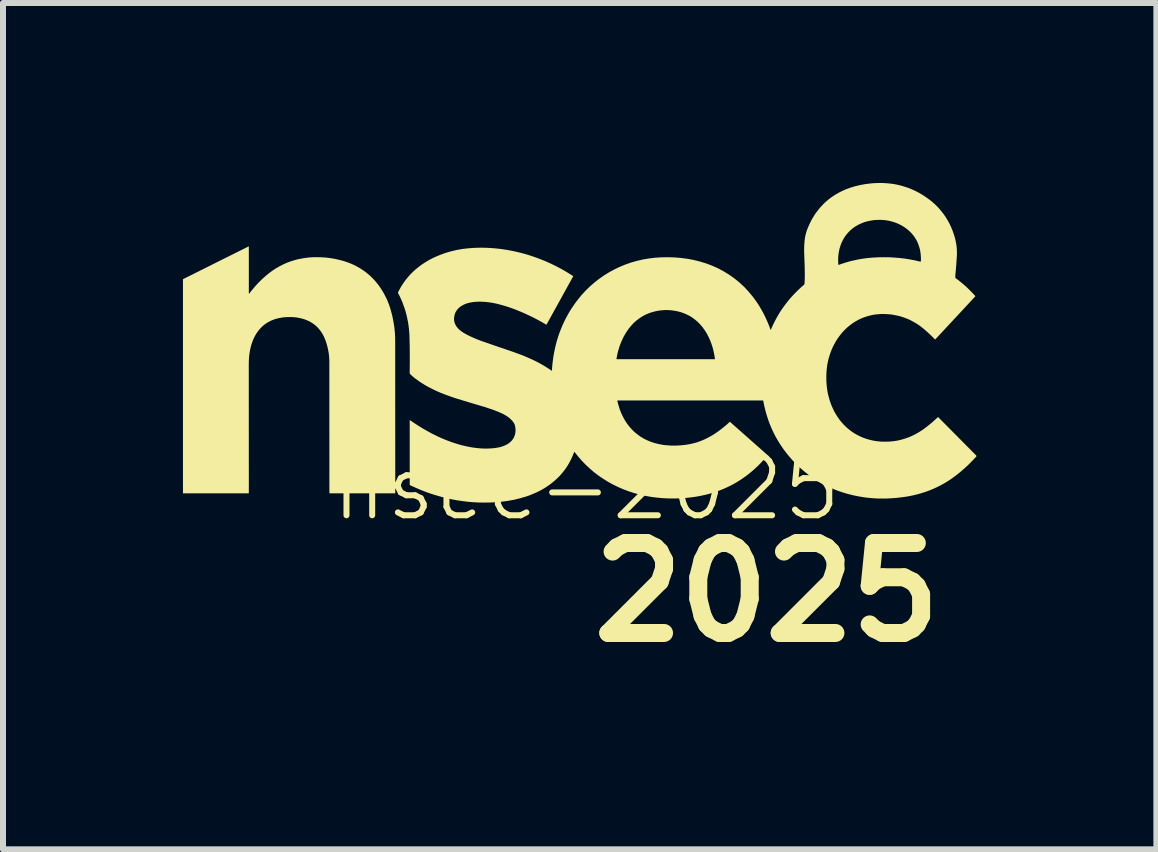
<source format=kicad_pcb>
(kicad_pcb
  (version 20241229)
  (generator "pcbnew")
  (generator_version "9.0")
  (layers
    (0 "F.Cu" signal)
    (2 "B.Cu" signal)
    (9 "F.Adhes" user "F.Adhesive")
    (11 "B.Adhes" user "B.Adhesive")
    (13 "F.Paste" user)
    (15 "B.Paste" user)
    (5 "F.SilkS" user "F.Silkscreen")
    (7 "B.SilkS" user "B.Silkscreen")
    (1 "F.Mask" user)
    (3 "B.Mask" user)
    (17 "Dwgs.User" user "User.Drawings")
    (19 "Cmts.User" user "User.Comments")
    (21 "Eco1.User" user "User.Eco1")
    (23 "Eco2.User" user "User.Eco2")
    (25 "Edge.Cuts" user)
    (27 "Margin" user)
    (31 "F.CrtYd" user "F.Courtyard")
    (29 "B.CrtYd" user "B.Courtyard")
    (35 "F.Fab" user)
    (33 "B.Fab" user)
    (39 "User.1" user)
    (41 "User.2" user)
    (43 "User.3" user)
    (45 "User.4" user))
  (footprint "nsec-2025"
    (layer "F.Cu")
    (at 6.726 5.582)
    (property "Reference" "nsec-2025" (at 0 -0.5 0) (unlocked yes) (layer "F.SilkS") (effects (font (size 1 1) (thickness 0.1))))
    (attr smd)
    (fp_poly (pts (xy -5.632 -4.524) (xy -5.632 -4.524) (xy -5.632 -4.524) (xy -5.633 -4.524) (xy -5.633 -4.524) (xy -5.633 -4.524) (xy -5.634 -4.524) (xy -5.634 -4.524) (xy -5.635 -4.523) (xy -5.635 -4.523) (xy -6.722 -3.98) (xy -6.722 -3.979) (xy -6.723 -3.979) (xy -6.723 -3.979) (xy -6.724 -3.979) (xy -6.724 -3.978) (xy -6.724 -3.978) (xy -6.725 -3.978) (xy -6.725 -3.977) (xy -6.725 -3.977) (xy -6.725 -3.976) (xy -6.725 -3.976) (xy -6.726 -3.975) (xy -6.726 -3.975) (xy -6.726 -3.975) (xy -6.726 -3.974) (xy -6.726 -3.974) (xy -6.726 -0.411) (xy -6.726 -0.411) (xy -6.726 -0.411) (xy -6.726 -0.411) (xy -6.726 -0.41) (xy -6.726 -0.41) (xy -6.726 -0.41) (xy -6.726 -0.41) (xy -6.726 -0.41) (xy -6.725 -0.41) (xy -6.725 -0.41) (xy -6.725 -0.409) (xy -6.725 -0.409) (xy -6.725 -0.409) (xy -6.725 -0.409) (xy -6.725 -0.409) (xy -6.725 -0.409) (xy -6.725 -0.409) (xy -6.725 -0.409) (xy -6.724 -0.408) (xy -6.724 -0.408) (xy -6.724 -0.408) (xy -6.724 -0.408) (xy -6.724 -0.408) (xy -6.724 -0.408) (xy -6.724 -0.408) (xy -6.723 -0.408) (xy -6.723 -0.408) (xy -6.723 -0.408) (xy -6.723 -0.408) (xy -6.723 -0.408) (xy -6.723 -0.408) (xy -6.722 -0.408) (xy -5.635 -0.408) (xy -5.635 -0.408) (xy -5.634 -0.408) (xy -5.634 -0.408) (xy -5.633 -0.408) (xy -5.633 -0.408) (xy -5.633 -0.408) (xy -5.632 -0.408) (xy -5.632 -0.408) (xy -5.632 -0.408) (xy -5.631 -0.408) (xy -5.631 -0.409) (xy -5.631 -0.409) (xy -5.631 -0.409) (xy -5.63 -0.409) (xy -5.63 -0.409) (xy -5.63 -0.41) (xy -5.63 -0.41) (xy -5.629 -0.41) (xy -5.629 -0.41) (xy -5.629 -0.41) (xy -5.629 -0.411) (xy -5.629 -0.411) (xy -5.629 -0.411) (xy -5.628 -0.412) (xy -5.628 -0.412) (xy -5.628 -0.412) (xy -5.628 -0.413) (xy -5.628 -0.413) (xy -5.628 -0.413) (xy -5.628 -0.414) (xy -5.628 -0.414) (xy -5.628 -0.415) (xy -5.629 -2.568) (xy -5.627 -2.635) (xy -5.622 -2.702) (xy -5.613 -2.768) (xy -5.6 -2.832) (xy -5.592 -2.863) (xy -5.583 -2.894) (xy -5.573 -2.924) (xy -5.562 -2.953) (xy -5.55 -2.982) (xy -5.537 -3.01) (xy -5.522 -3.038) (xy -5.507 -3.064) (xy -5.49 -3.09) (xy -5.472 -3.115) (xy -5.453 -3.138) (xy -5.433 -3.161) (xy -5.411 -3.183) (xy -5.389 -3.203) (xy -5.364 -3.223) (xy -5.339 -3.241) (xy -5.312 -3.258) (xy -5.284 -3.273) (xy -5.255 -3.288) (xy -5.224 -3.3) (xy -5.192 -3.312) (xy -5.158 -3.321) (xy -5.123 -3.33) (xy -5.087 -3.336) (xy -5.055 -3.341) (xy -5.023 -3.344) (xy -4.992 -3.346) (xy -4.961 -3.347) (xy -4.931 -3.347) (xy -4.9 -3.346) (xy -4.871 -3.344) (xy -4.841 -3.341) (xy -4.793 -3.333) (xy -4.748 -3.323) (xy -4.704 -3.31) (xy -4.663 -3.295) (xy -4.643 -3.286) (xy -4.623 -3.277) (xy -4.605 -3.267) (xy -4.586 -3.256) (xy -4.569 -3.245) (xy -4.551 -3.233) (xy -4.535 -3.221) (xy -4.519 -3.208) (xy -4.503 -3.194) (xy -4.488 -3.18) (xy -4.473 -3.165) (xy -4.46 -3.149) (xy -4.446 -3.132) (xy -4.433 -3.115) (xy -4.421 -3.098) (xy -4.409 -3.08) (xy -4.387 -3.041) (xy -4.367 -3) (xy -4.35 -2.957) (xy -4.334 -2.91) (xy -4.323 -2.871) (xy -4.313 -2.832) (xy -4.305 -2.793) (xy -4.298 -2.756) (xy -4.293 -2.718) (xy -4.289 -2.681) (xy -4.287 -2.645) (xy -4.286 -2.609) (xy -4.285 -0.415) (xy -4.285 -0.415) (xy -4.285 -0.414) (xy -4.285 -0.414) (xy -4.285 -0.413) (xy -4.285 -0.413) (xy -4.285 -0.413) (xy -4.285 -0.412) (xy -4.285 -0.412) (xy -4.284 -0.412) (xy -4.284 -0.411) (xy -4.284 -0.411) (xy -4.284 -0.411) (xy -4.284 -0.41) (xy -4.284 -0.41) (xy -4.283 -0.41) (xy -4.283 -0.41) (xy -4.283 -0.409) (xy -4.283 -0.409) (xy -4.282 -0.409) (xy -4.282 -0.409) (xy -4.282 -0.409) (xy -4.282 -0.409) (xy -4.281 -0.408) (xy -4.281 -0.408) (xy -4.281 -0.408) (xy -4.28 -0.408) (xy -4.28 -0.408) (xy -4.279 -0.408) (xy -4.279 -0.408) (xy -4.279 -0.408) (xy -4.278 -0.408) (xy -4.278 -0.408) (xy -3.191 -0.408) (xy -3.191 -0.408) (xy -3.19 -0.408) (xy -3.19 -0.408) (xy -3.19 -0.408) (xy -3.19 -0.408) (xy -3.19 -0.408) (xy -3.19 -0.408) (xy -3.189 -0.408) (xy -3.189 -0.408) (xy -3.189 -0.408) (xy -3.189 -0.408) (xy -3.189 -0.408) (xy -3.189 -0.408) (xy -3.188 -0.408) (xy -3.188 -0.409) (xy -3.188 -0.409) (xy -3.188 -0.409) (xy -3.188 -0.409) (xy -3.188 -0.409) (xy -3.188 -0.409) (xy -3.188 -0.409) (xy -3.188 -0.409) (xy -3.188 -0.41) (xy -3.188 -0.41) (xy -3.188 -0.41) (xy -3.187 -0.41) (xy -3.187 -0.41) (xy -3.187 -0.411) (xy -3.187 -0.411) (xy -3.187 -0.411) (xy -3.187 -0.411) (xy -3.188 -2.948) (xy -3.189 -3.008) (xy -3.192 -3.068) (xy -3.197 -3.128) (xy -3.204 -3.188) (xy -3.214 -3.249) (xy -3.225 -3.31) (xy -3.238 -3.372) (xy -3.254 -3.434) (xy -3.263 -3.467) (xy -3.273 -3.5) (xy -3.284 -3.532) (xy -3.295 -3.564) (xy -3.307 -3.594) (xy -3.319 -3.624) (xy -3.332 -3.653) (xy -3.346 -3.681) (xy -3.382 -3.75) (xy -3.421 -3.814) (xy -3.463 -3.875) (xy -3.509 -3.933) (xy -3.557 -3.986) (xy -3.608 -4.036) (xy -3.662 -4.082) (xy -3.719 -4.124) (xy -3.779 -4.163) (xy -3.842 -4.198) (xy -3.908 -4.23) (xy -3.977 -4.257) (xy -4.049 -4.281) (xy -4.124 -4.301) (xy -4.201 -4.318) (xy -4.282 -4.331) (xy -4.351 -4.339) (xy -4.42 -4.343) (xy -4.488 -4.345) (xy -4.556 -4.344) (xy -4.623 -4.34) (xy -4.689 -4.332) (xy -4.754 -4.321) (xy -4.819 -4.308) (xy -4.883 -4.29) (xy -4.945 -4.27) (xy -5.007 -4.246) (xy -5.068 -4.218) (xy -5.127 -4.187) (xy -5.185 -4.153) (xy -5.242 -4.115) (xy -5.298 -4.073) (xy -5.341 -4.038) (xy -5.383 -4.001) (xy -5.424 -3.962) (xy -5.465 -3.922) (xy -5.504 -3.88) (xy -5.542 -3.836) (xy -5.58 -3.791) (xy -5.616 -3.744) (xy -5.618 -3.742) (xy -5.619 -3.741) (xy -5.62 -3.74) (xy -5.62 -3.739) (xy -5.621 -3.739) (xy -5.621 -3.738) (xy -5.622 -3.738) (xy -5.622 -3.738) (xy -5.623 -3.737) (xy -5.623 -3.737) (xy -5.624 -3.737) (xy -5.624 -3.737) (xy -5.625 -3.737) (xy -5.625 -3.737) (xy -5.625 -3.737) (xy -5.626 -3.738) (xy -5.626 -3.738) (xy -5.626 -3.738) (xy -5.626 -3.739) (xy -5.627 -3.739) (xy -5.627 -3.74) (xy -5.627 -3.74) (xy -5.627 -3.741) (xy -5.627 -3.742) (xy -5.627 -3.743) (xy -5.628 -3.743) (xy -5.628 -3.745) (xy -5.628 -3.748) (xy -5.628 -4.519) (xy -5.628 -4.519) (xy -5.628 -4.52) (xy -5.628 -4.52) (xy -5.628 -4.52) (xy -5.628 -4.521) (xy -5.628 -4.521) (xy -5.628 -4.522) (xy -5.628 -4.522) (xy -5.628 -4.522) (xy -5.629 -4.523) (xy -5.629 -4.523) (xy -5.629 -4.523) (xy -5.629 -4.523) (xy -5.629 -4.524) (xy -5.629 -4.524) (xy -5.63 -4.524) (xy -5.63 -4.524) (xy -5.63 -4.524) (xy -5.63 -4.524) (xy -5.631 -4.524) (xy -5.631 -4.524) (xy -5.631 -4.524)) (stroke (width -0.000001) (type solid)) (fill yes) (layer "F.SilkS"))
    (fp_poly (pts (xy 4.853 -5.581) (xy 4.796 -5.579) (xy 4.738 -5.574) (xy 4.649 -5.563) (xy 4.562 -5.547) (xy 4.478 -5.527) (xy 4.396 -5.502) (xy 4.318 -5.473) (xy 4.28 -5.456) (xy 4.242 -5.438) (xy 4.206 -5.419) (xy 4.17 -5.399) (xy 4.135 -5.378) (xy 4.101 -5.355) (xy 4.068 -5.332) (xy 4.036 -5.307) (xy 4.004 -5.28) (xy 3.974 -5.253) (xy 3.944 -5.224) (xy 3.916 -5.194) (xy 3.888 -5.163) (xy 3.862 -5.13) (xy 3.836 -5.097) (xy 3.811 -5.062) (xy 3.788 -5.025) (xy 3.765 -4.988) (xy 3.744 -4.949) (xy 3.724 -4.908) (xy 3.705 -4.867) (xy 3.687 -4.824) (xy 3.677 -4.799) (xy 3.669 -4.774) (xy 3.661 -4.748) (xy 3.654 -4.722) (xy 3.648 -4.695) (xy 3.643 -4.668) (xy 3.639 -4.64) (xy 3.636 -4.611) (xy 3.634 -4.587) (xy 3.632 -4.563) (xy 3.631 -4.54) (xy 3.63 -4.517) (xy 3.629 -4.494) (xy 3.629 -4.473) (xy 3.629 -4.451) (xy 3.629 -4.431) (xy 3.638 -4.192) (xy 3.639 -4.132) (xy 3.64 -4.071) (xy 3.64 -4.011) (xy 3.638 -3.951) (xy 3.638 -3.944) (xy 3.637 -3.937) (xy 3.637 -3.93) (xy 3.636 -3.924) (xy 3.636 -3.917) (xy 3.635 -3.91) (xy 3.634 -3.903) (xy 3.634 -3.897) (xy 3.633 -3.896) (xy 3.633 -3.895) (xy 3.633 -3.894) (xy 3.633 -3.893) (xy 3.633 -3.893) (xy 3.632 -3.892) (xy 3.632 -3.891) (xy 3.632 -3.89) (xy 3.631 -3.89) (xy 3.631 -3.889) (xy 3.63 -3.888) (xy 3.63 -3.888) (xy 3.629 -3.887) (xy 3.629 -3.887) (xy 3.628 -3.886) (xy 3.627 -3.885) (xy 3.582 -3.846) (xy 3.539 -3.806) (xy 3.497 -3.765) (xy 3.456 -3.723) (xy 3.416 -3.68) (xy 3.378 -3.636) (xy 3.342 -3.591) (xy 3.307 -3.545) (xy 3.273 -3.498) (xy 3.24 -3.45) (xy 3.209 -3.401) (xy 3.18 -3.351) (xy 3.152 -3.3) (xy 3.125 -3.247) (xy 3.1 -3.194) (xy 3.076 -3.14) (xy 3.076 -3.139) (xy 3.075 -3.139) (xy 3.075 -3.138) (xy 3.075 -3.138) (xy 3.074 -3.137) (xy 3.074 -3.137) (xy 3.074 -3.136) (xy 3.074 -3.136) (xy 3.073 -3.135) (xy 3.073 -3.135) (xy 3.073 -3.135) (xy 3.072 -3.135) (xy 3.072 -3.135) (xy 3.072 -3.134) (xy 3.072 -3.134) (xy 3.071 -3.134) (xy 3.071 -3.134) (xy 3.071 -3.135) (xy 3.07 -3.135) (xy 3.07 -3.135) (xy 3.07 -3.135) (xy 3.07 -3.135) (xy 3.069 -3.136) (xy 3.069 -3.136) (xy 3.069 -3.136) (xy 3.068 -3.137) (xy 3.068 -3.137) (xy 3.068 -3.138) (xy 3.068 -3.138) (xy 3.067 -3.139) (xy 3.067 -3.14) (xy 3.067 -3.14) (xy 3.054 -3.177) (xy 3.04 -3.213) (xy 3.025 -3.249) (xy 3.01 -3.284) (xy 2.994 -3.319) (xy 2.978 -3.354) (xy 2.961 -3.389) (xy 2.943 -3.423) (xy 2.924 -3.457) (xy 2.905 -3.49) (xy 2.886 -3.523) (xy 2.866 -3.555) (xy 2.845 -3.587) (xy 2.823 -3.618) (xy 2.801 -3.649) (xy 2.779 -3.679) (xy 2.706 -3.767) (xy 2.63 -3.849) (xy 2.549 -3.924) (xy 2.465 -3.992) (xy 2.377 -4.054) (xy 2.286 -4.11) (xy 2.192 -4.16) (xy 2.095 -4.203) (xy 1.995 -4.241) (xy 1.893 -4.272) (xy 1.789 -4.298) (xy 1.682 -4.318) (xy 1.574 -4.332) (xy 1.464 -4.341) (xy 1.352 -4.344) (xy 1.239 -4.342) (xy 1.138 -4.335) (xy 1.038 -4.323) (xy 0.939 -4.306) (xy 0.841 -4.283) (xy 0.745 -4.256) (xy 0.651 -4.223) (xy 0.559 -4.185) (xy 0.47 -4.143) (xy 0.383 -4.096) (xy 0.298 -4.044) (xy 0.216 -3.987) (xy 0.138 -3.926) (xy 0.062 -3.861) (xy -0.01 -3.791) (xy -0.078 -3.717) (xy -0.143 -3.638) (xy -0.186 -3.581) (xy -0.227 -3.522) (xy -0.266 -3.463) (xy -0.302 -3.402) (xy -0.336 -3.34) (xy -0.368 -3.277) (xy -0.398 -3.212) (xy -0.425 -3.147) (xy -0.451 -3.08) (xy -0.474 -3.013) (xy -0.495 -2.944) (xy -0.513 -2.874) (xy -0.529 -2.802) (xy -0.544 -2.73) (xy -0.555 -2.657) (xy -0.565 -2.582) (xy -0.568 -2.552) (xy -0.571 -2.521) (xy -0.573 -2.49) (xy -0.575 -2.458) (xy -0.575 -2.458) (xy -0.575 -2.457) (xy -0.575 -2.457) (xy -0.575 -2.456) (xy -0.575 -2.456) (xy -0.575 -2.455) (xy -0.575 -2.455) (xy -0.575 -2.454) (xy -0.575 -2.454) (xy -0.576 -2.454) (xy -0.576 -2.453) (xy -0.576 -2.453) (xy -0.576 -2.453) (xy -0.576 -2.453) (xy -0.577 -2.452) (xy -0.577 -2.452) (xy -0.577 -2.452) (xy -0.578 -2.452) (xy -0.578 -2.452) (xy -0.578 -2.452) (xy -0.579 -2.452) (xy -0.579 -2.452) (xy -0.579 -2.452) (xy -0.58 -2.452) (xy -0.58 -2.452) (xy -0.581 -2.452) (xy -0.581 -2.453) (xy -0.581 -2.453) (xy -0.582 -2.453) (xy -0.582 -2.453) (xy -0.583 -2.454) (xy -0.583 -2.454) (xy -0.62 -2.48) (xy -0.658 -2.504) (xy -0.696 -2.528) (xy -0.735 -2.551) (xy -0.774 -2.573) (xy -0.814 -2.594) (xy -0.896 -2.635) (xy -0.979 -2.672) (xy -1.064 -2.708) (xy -1.15 -2.74) (xy -1.237 -2.771) (xy -1.483 -2.855) (xy -1.719 -2.937) (xy -1.759 -2.951) (xy -1.798 -2.966) (xy -1.837 -2.981) (xy -1.874 -2.997) (xy -1.911 -3.013) (xy -1.946 -3.03) (xy -1.981 -3.047) (xy -2.015 -3.065) (xy -2.036 -3.077) (xy -2.056 -3.089) (xy -2.076 -3.103) (xy -2.095 -3.117) (xy -2.114 -3.132) (xy -2.131 -3.147) (xy -2.146 -3.164) (xy -2.161 -3.182) (xy -2.167 -3.191) (xy -2.173 -3.2) (xy -2.179 -3.21) (xy -2.184 -3.22) (xy -2.189 -3.23) (xy -2.193 -3.24) (xy -2.197 -3.251) (xy -2.2 -3.262) (xy -2.203 -3.273) (xy -2.205 -3.285) (xy -2.206 -3.297) (xy -2.207 -3.309) (xy -2.207 -3.321) (xy -2.206 -3.334) (xy -2.205 -3.347) (xy -2.203 -3.36) (xy -2.201 -3.373) (xy -2.197 -3.385) (xy -2.194 -3.397) (xy -2.189 -3.409) (xy -2.185 -3.421) (xy -2.179 -3.432) (xy -2.173 -3.442) (xy -2.167 -3.452) (xy -2.16 -3.462) (xy -2.153 -3.472) (xy -2.145 -3.481) (xy -2.137 -3.489) (xy -2.119 -3.506) (xy -2.1 -3.521) (xy -2.08 -3.534) (xy -2.059 -3.546) (xy -2.037 -3.557) (xy -2.014 -3.567) (xy -1.99 -3.575) (xy -1.966 -3.582) (xy -1.942 -3.588) (xy -1.917 -3.592) (xy -1.879 -3.598) (xy -1.84 -3.601) (xy -1.8 -3.603) (xy -1.76 -3.603) (xy -1.72 -3.601) (xy -1.68 -3.599) (xy -1.64 -3.594) (xy -1.599 -3.589) (xy -1.559 -3.582) (xy -1.519 -3.574) (xy -1.479 -3.565) (xy -1.44 -3.555) (xy -1.362 -3.533) (xy -1.286 -3.509) (xy -1.209 -3.481) (xy -1.131 -3.45) (xy -1.054 -3.418) (xy -0.978 -3.383) (xy -0.902 -3.347) (xy -0.826 -3.308) (xy -0.75 -3.267) (xy -0.675 -3.223) (xy -0.675 -3.223) (xy -0.674 -3.223) (xy -0.674 -3.223) (xy -0.673 -3.222) (xy -0.673 -3.222) (xy -0.672 -3.222) (xy -0.672 -3.222) (xy -0.671 -3.222) (xy -0.671 -3.222) (xy -0.67 -3.222) (xy -0.67 -3.222) (xy -0.669 -3.222) (xy -0.669 -3.222) (xy -0.669 -3.222) (xy -0.668 -3.222) (xy -0.668 -3.222) (xy -0.667 -3.222) (xy -0.667 -3.222) (xy -0.666 -3.222) (xy -0.666 -3.223) (xy -0.666 -3.223) (xy -0.665 -3.223) (xy -0.665 -3.223) (xy -0.665 -3.224) (xy -0.664 -3.224) (xy -0.664 -3.224) (xy -0.663 -3.225) (xy -0.663 -3.225) (xy -0.663 -3.226) (xy -0.662 -3.226) (xy -0.662 -3.227) (xy -0.662 -3.227) (xy -0.223 -4.022) (xy -0.223 -4.023) (xy -0.222 -4.023) (xy -0.222 -4.023) (xy -0.222 -4.024) (xy -0.222 -4.024) (xy -0.222 -4.024) (xy -0.222 -4.025) (xy -0.222 -4.025) (xy -0.222 -4.025) (xy -0.222 -4.026) (xy -0.222 -4.026) (xy -0.222 -4.026) (xy -0.222 -4.027) (xy -0.222 -4.027) (xy -0.222 -4.027) (xy -0.222 -4.028) (xy -0.222 -4.028) (xy -0.222 -4.028) (xy -0.222 -4.028) (xy -0.223 -4.029) (xy -0.223 -4.029) (xy -0.223 -4.029) (xy -0.223 -4.03) (xy -0.223 -4.03) (xy -0.223 -4.03) (xy -0.224 -4.03) (xy -0.224 -4.031) (xy -0.224 -4.031) (xy -0.224 -4.031) (xy -0.225 -4.031) (xy -0.225 -4.032) (xy -0.225 -4.032) (xy -0.316 -4.089) (xy -0.41 -4.144) (xy -0.506 -4.195) (xy -0.604 -4.242) (xy -0.703 -4.286) (xy -0.805 -4.326) (xy -0.907 -4.362) (xy -1.011 -4.395) (xy -1.117 -4.423) (xy -1.223 -4.447) (xy -1.33 -4.467) (xy -1.438 -4.483) (xy -1.546 -4.494) (xy -1.655 -4.501) (xy -1.764 -4.503) (xy -1.873 -4.5) (xy -1.969 -4.493) (xy -2.065 -4.482) (xy -2.161 -4.465) (xy -2.255 -4.443) (xy -2.348 -4.416) (xy -2.439 -4.383) (xy -2.527 -4.346) (xy -2.57 -4.325) (xy -2.613 -4.303) (xy -2.654 -4.279) (xy -2.695 -4.254) (xy -2.735 -4.228) (xy -2.773 -4.201) (xy -2.811 -4.171) (xy -2.848 -4.141) (xy -2.883 -4.109) (xy -2.917 -4.076) (xy -2.95 -4.041) (xy -2.982 -4.005) (xy -3.012 -3.967) (xy -3.041 -3.928) (xy -3.068 -3.888) (xy -3.094 -3.846) (xy -3.118 -3.803) (xy -3.141 -3.758) (xy -3.141 -3.757) (xy -3.141 -3.756) (xy -3.142 -3.755) (xy -3.142 -3.755) (xy -3.142 -3.754) (xy -3.142 -3.753) (xy -3.142 -3.752) (xy -3.142 -3.752) (xy -3.142 -3.751) (xy -3.142 -3.75) (xy -3.142 -3.75) (xy -3.142 -3.749) (xy -3.141 -3.748) (xy -3.141 -3.747) (xy -3.141 -3.747) (xy -3.14 -3.746) (xy -3.118 -3.704) (xy -3.098 -3.661) (xy -3.078 -3.617) (xy -3.06 -3.572) (xy -3.044 -3.527) (xy -3.028 -3.482) (xy -3.014 -3.436) (xy -3.002 -3.39) (xy -2.991 -3.343) (xy -2.981 -3.296) (xy -2.972 -3.248) (xy -2.965 -3.201) (xy -2.959 -3.153) (xy -2.955 -3.106) (xy -2.951 -3.058) (xy -2.95 -3.011) (xy -2.946 -2.859) (xy -2.945 -2.71) (xy -2.945 -2.561) (xy -2.947 -2.415) (xy -2.947 -2.413) (xy -2.947 -2.412) (xy -2.947 -2.411) (xy -2.947 -2.41) (xy -2.946 -2.409) (xy -2.946 -2.408) (xy -2.946 -2.407) (xy -2.945 -2.406) (xy -2.945 -2.405) (xy -2.944 -2.404) (xy -2.944 -2.403) (xy -2.943 -2.402) (xy -2.943 -2.401) (xy -2.942 -2.4) (xy -2.941 -2.399) (xy -2.94 -2.398) (xy -2.929 -2.387) (xy -2.918 -2.377) (xy -2.907 -2.366) (xy -2.895 -2.356) (xy -2.883 -2.346) (xy -2.871 -2.336) (xy -2.859 -2.326) (xy -2.846 -2.317) (xy -2.807 -2.288) (xy -2.768 -2.261) (xy -2.727 -2.235) (xy -2.686 -2.21) (xy -2.644 -2.186) (xy -2.601 -2.164) (xy -2.558 -2.142) (xy -2.515 -2.121) (xy -2.47 -2.101) (xy -2.426 -2.082) (xy -2.335 -2.047) (xy -2.244 -2.014) (xy -2.152 -1.984) (xy -1.94 -1.92) (xy -1.732 -1.858) (xy -1.694 -1.847) (xy -1.657 -1.835) (xy -1.62 -1.822) (xy -1.583 -1.81) (xy -1.547 -1.797) (xy -1.511 -1.783) (xy -1.475 -1.769) (xy -1.44 -1.754) (xy -1.423 -1.747) (xy -1.406 -1.739) (xy -1.39 -1.731) (xy -1.374 -1.722) (xy -1.358 -1.714) (xy -1.342 -1.704) (xy -1.327 -1.695) (xy -1.313 -1.685) (xy -1.299 -1.675) (xy -1.285 -1.664) (xy -1.272 -1.653) (xy -1.26 -1.641) (xy -1.248 -1.629) (xy -1.236 -1.616) (xy -1.226 -1.603) (xy -1.216 -1.59) (xy -1.213 -1.586) (xy -1.211 -1.582) (xy -1.209 -1.579) (xy -1.207 -1.575) (xy -1.205 -1.571) (xy -1.203 -1.568) (xy -1.201 -1.564) (xy -1.199 -1.56) (xy -1.198 -1.557) (xy -1.196 -1.553) (xy -1.195 -1.55) (xy -1.194 -1.546) (xy -1.192 -1.543) (xy -1.191 -1.539) (xy -1.191 -1.536) (xy -1.19 -1.532) (xy -1.186 -1.512) (xy -1.184 -1.491) (xy -1.182 -1.472) (xy -1.182 -1.453) (xy -1.183 -1.435) (xy -1.185 -1.417) (xy -1.188 -1.4) (xy -1.193 -1.384) (xy -1.198 -1.368) (xy -1.204 -1.353) (xy -1.21 -1.338) (xy -1.218 -1.324) (xy -1.227 -1.311) (xy -1.236 -1.298) (xy -1.246 -1.286) (xy -1.257 -1.275) (xy -1.269 -1.264) (xy -1.281 -1.253) (xy -1.294 -1.243) (xy -1.308 -1.234) (xy -1.322 -1.225) (xy -1.337 -1.217) (xy -1.368 -1.203) (xy -1.401 -1.19) (xy -1.435 -1.18) (xy -1.47 -1.172) (xy -1.507 -1.166) (xy -1.561 -1.159) (xy -1.616 -1.156) (xy -1.672 -1.154) (xy -1.728 -1.155) (xy -1.786 -1.159) (xy -1.844 -1.165) (xy -1.903 -1.173) (xy -1.963 -1.184) (xy -2.029 -1.198) (xy -2.095 -1.214) (xy -2.159 -1.233) (xy -2.223 -1.253) (xy -2.287 -1.276) (xy -2.349 -1.3) (xy -2.411 -1.326) (xy -2.472 -1.353) (xy -2.533 -1.383) (xy -2.593 -1.413) (xy -2.652 -1.446) (xy -2.711 -1.479) (xy -2.768 -1.514) (xy -2.826 -1.55) (xy -2.882 -1.587) (xy -2.938 -1.625) (xy -2.938 -1.626) (xy -2.939 -1.626) (xy -2.939 -1.626) (xy -2.94 -1.626) (xy -2.94 -1.627) (xy -2.941 -1.627) (xy -2.941 -1.627) (xy -2.941 -1.627) (xy -2.942 -1.627) (xy -2.942 -1.627) (xy -2.942 -1.627) (xy -2.943 -1.627) (xy -2.943 -1.627) (xy -2.943 -1.627) (xy -2.943 -1.627) (xy -2.944 -1.627) (xy -2.944 -1.627) (xy -2.944 -1.627) (xy -2.944 -1.626) (xy -2.945 -1.626) (xy -2.945 -1.626) (xy -2.945 -1.626) (xy -2.945 -1.625) (xy -2.945 -1.625) (xy -2.945 -1.625) (xy -2.945 -1.624) (xy -2.945 -1.624) (xy -2.945 -1.623) (xy -2.946 -1.623) (xy -2.946 -1.622) (xy -2.946 -1.622) (xy -2.946 -1.621) (xy -2.946 -0.556) (xy -2.946 -0.554) (xy -2.946 -0.554) (xy -2.945 -0.553) (xy -2.945 -0.553) (xy -2.945 -0.552) (xy -2.945 -0.552) (xy -2.945 -0.551) (xy -2.945 -0.551) (xy -2.945 -0.55) (xy -2.945 -0.55) (xy -2.944 -0.549) (xy -2.944 -0.549) (xy -2.944 -0.548) (xy -2.944 -0.548) (xy -2.943 -0.548) (xy -2.943 -0.547) (xy -2.943 -0.547) (xy -2.943 -0.546) (xy -2.942 -0.546) (xy -2.942 -0.546) (xy -2.942 -0.545) (xy -2.941 -0.545) (xy -2.941 -0.545) (xy -2.94 -0.544) (xy -2.94 -0.544) (xy -2.94 -0.544) (xy -2.939 -0.543) (xy -2.939 -0.543) (xy -2.938 -0.543) (xy -2.937 -0.542) (xy -2.851 -0.503) (xy -2.765 -0.466) (xy -2.678 -0.432) (xy -2.591 -0.401) (xy -2.503 -0.374) (xy -2.416 -0.349) (xy -2.328 -0.327) (xy -2.24 -0.307) (xy -2.151 -0.291) (xy -2.062 -0.278) (xy -1.973 -0.267) (xy -1.884 -0.26) (xy -1.794 -0.255) (xy -1.704 -0.254) (xy -1.614 -0.255) (xy -1.523 -0.259) (xy -1.417 -0.268) (xy -1.311 -0.282) (xy -1.207 -0.301) (xy -1.105 -0.326) (xy -1.005 -0.355) (xy -0.956 -0.372) (xy -0.909 -0.391) (xy -0.861 -0.411) (xy -0.815 -0.432) (xy -0.77 -0.455) (xy -0.726 -0.479) (xy -0.683 -0.505) (xy -0.641 -0.533) (xy -0.6 -0.562) (xy -0.561 -0.593) (xy -0.523 -0.625) (xy -0.486 -0.659) (xy -0.45 -0.694) (xy -0.417 -0.732) (xy -0.384 -0.771) (xy -0.353 -0.812) (xy -0.324 -0.854) (xy -0.297 -0.899) (xy -0.272 -0.945) (xy -0.248 -0.993) (xy -0.226 -1.043) (xy -0.206 -1.094) (xy -0.206 -1.095) (xy -0.206 -1.095) (xy -0.206 -1.096) (xy -0.206 -1.096) (xy -0.205 -1.096) (xy -0.205 -1.097) (xy -0.205 -1.097) (xy -0.205 -1.097) (xy -0.204 -1.098) (xy -0.204 -1.098) (xy -0.204 -1.098) (xy -0.204 -1.098) (xy -0.204 -1.098) (xy -0.203 -1.099) (xy -0.203 -1.099) (xy -0.203 -1.099) (xy -0.203 -1.099) (xy -0.202 -1.099) (xy -0.202 -1.099) (xy -0.202 -1.099) (xy -0.202 -1.099) (xy -0.201 -1.098) (xy -0.201 -1.098) (xy -0.201 -1.098) (xy -0.2 -1.098) (xy -0.2 -1.098) (xy -0.2 -1.097) (xy -0.2 -1.097) (xy -0.199 -1.097) (xy -0.199 -1.097) (xy -0.199 -1.096) (xy -0.198 -1.096) (xy -0.16 -1.049) (xy -0.129 -1.011) (xy -0.115 -0.995) (xy -0.103 -0.981) (xy -0.092 -0.969) (xy -0.083 -0.958) (xy -0.016 -0.888) (xy 0.055 -0.822) (xy 0.128 -0.759) (xy 0.205 -0.701) (xy 0.283 -0.648) (xy 0.364 -0.598) (xy 0.448 -0.552) (xy 0.533 -0.511) (xy 0.621 -0.473) (xy 0.71 -0.44) (xy 0.801 -0.411) (xy 0.894 -0.386) (xy 0.988 -0.365) (xy 1.083 -0.348) (xy 1.18 -0.336) (xy 1.277 -0.327) (xy 1.37 -0.323) (xy 1.461 -0.322) (xy 1.552 -0.324) (xy 1.642 -0.33) (xy 1.731 -0.339) (xy 1.82 -0.351) (xy 1.907 -0.367) (xy 1.994 -0.386) (xy 2.069 -0.406) (xy 2.143 -0.428) (xy 2.215 -0.454) (xy 2.287 -0.483) (xy 2.356 -0.514) (xy 2.425 -0.548) (xy 2.491 -0.585) (xy 2.556 -0.625) (xy 2.62 -0.668) (xy 2.682 -0.713) (xy 2.742 -0.761) (xy 2.8 -0.811) (xy 2.857 -0.864) (xy 2.911 -0.919) (xy 2.964 -0.977) (xy 3.015 -1.037) (xy 3.016 -1.038) (xy 3.016 -1.038) (xy 3.016 -1.039) (xy 3.016 -1.039) (xy 3.017 -1.039) (xy 3.017 -1.04) (xy 3.017 -1.04) (xy 3.017 -1.041) (xy 3.017 -1.041) (xy 3.017 -1.041) (xy 3.018 -1.042) (xy 3.018 -1.042) (xy 3.018 -1.043) (xy 3.018 -1.043) (xy 3.018 -1.043) (xy 3.018 -1.044) (xy 3.018 -1.044) (xy 3.018 -1.044) (xy 3.017 -1.045) (xy 3.017 -1.045) (xy 3.017 -1.046) (xy 3.017 -1.046) (xy 3.017 -1.046) (xy 3.017 -1.047) (xy 3.016 -1.047) (xy 3.016 -1.047) (xy 3.016 -1.048) (xy 3.016 -1.048) (xy 3.015 -1.048) (xy 3.015 -1.049) (xy 3.015 -1.049) (xy 3.014 -1.05) (xy 2.397 -1.596) (xy 2.397 -1.596) (xy 2.396 -1.597) (xy 2.396 -1.597) (xy 2.396 -1.597) (xy 2.395 -1.597) (xy 2.395 -1.598) (xy 2.394 -1.598) (xy 2.394 -1.598) (xy 2.394 -1.598) (xy 2.393 -1.598) (xy 2.393 -1.598) (xy 2.392 -1.598) (xy 2.392 -1.599) (xy 2.392 -1.599) (xy 2.391 -1.599) (xy 2.391 -1.599) (xy 2.391 -1.599) (xy 2.39 -1.599) (xy 2.39 -1.599) (xy 2.389 -1.598) (xy 2.389 -1.598) (xy 2.389 -1.598) (xy 2.388 -1.598) (xy 2.388 -1.598) (xy 2.387 -1.598) (xy 2.387 -1.598) (xy 2.387 -1.597) (xy 2.386 -1.597) (xy 2.386 -1.597) (xy 2.385 -1.596) (xy 2.385 -1.596) (xy 2.385 -1.596) (xy 2.347 -1.561) (xy 2.308 -1.528) (xy 2.269 -1.496) (xy 2.229 -1.465) (xy 2.188 -1.435) (xy 2.147 -1.407) (xy 2.105 -1.38) (xy 2.062 -1.355) (xy 2.019 -1.332) (xy 1.974 -1.31) (xy 1.929 -1.29) (xy 1.882 -1.272) (xy 1.835 -1.256) (xy 1.787 -1.243) (xy 1.737 -1.231) (xy 1.686 -1.222) (xy 1.655 -1.217) (xy 1.624 -1.214) (xy 1.593 -1.21) (xy 1.562 -1.208) (xy 1.532 -1.206) (xy 1.502 -1.204) (xy 1.472 -1.204) (xy 1.443 -1.204) (xy 1.414 -1.204) (xy 1.385 -1.206) (xy 1.356 -1.208) (xy 1.328 -1.21) (xy 1.299 -1.213) (xy 1.272 -1.217) (xy 1.244 -1.222) (xy 1.217 -1.227) (xy 1.181 -1.235) (xy 1.146 -1.244) (xy 1.113 -1.254) (xy 1.08 -1.265) (xy 1.048 -1.277) (xy 1.016 -1.291) (xy 0.986 -1.305) (xy 0.957 -1.32) (xy 0.928 -1.337) (xy 0.9 -1.354) (xy 0.848 -1.392) (xy 0.798 -1.433) (xy 0.753 -1.478) (xy 0.711 -1.526) (xy 0.672 -1.577) (xy 0.637 -1.632) (xy 0.606 -1.69) (xy 0.578 -1.75) (xy 0.553 -1.814) (xy 0.533 -1.88) (xy 0.515 -1.948) (xy 0.515 -1.949) (xy 0.515 -1.949) (xy 0.515 -1.95) (xy 0.515 -1.95) (xy 0.515 -1.951) (xy 0.515 -1.951) (xy 0.515 -1.951) (xy 0.515 -1.952) (xy 0.515 -1.952) (xy 0.515 -1.952) (xy 0.515 -1.953) (xy 0.515 -1.953) (xy 0.516 -1.953) (xy 0.516 -1.953) (xy 0.516 -1.954) (xy 0.516 -1.954) (xy 0.516 -1.954) (xy 0.516 -1.954) (xy 0.517 -1.954) (xy 0.517 -1.955) (xy 0.517 -1.955) (xy 0.517 -1.955) (xy 0.518 -1.955) (xy 0.518 -1.955) (xy 0.518 -1.955) (xy 0.519 -1.955) (xy 0.519 -1.955) (xy 0.519 -1.955) (xy 0.52 -1.956) (xy 0.52 -1.956) (xy 0.521 -1.956) (xy 0.521 -1.956) (xy 2.94 -1.956) (xy 2.941 -1.956) (xy 2.941 -1.956) (xy 2.941 -1.956) (xy 2.942 -1.956) (xy 2.942 -1.955) (xy 2.942 -1.955) (xy 2.943 -1.955) (xy 2.943 -1.955) (xy 2.943 -1.955) (xy 2.944 -1.955) (xy 2.944 -1.955) (xy 2.944 -1.955) (xy 2.945 -1.955) (xy 2.945 -1.954) (xy 2.945 -1.954) (xy 2.945 -1.954) (xy 2.945 -1.954) (xy 2.946 -1.954) (xy 2.946 -1.953) (xy 2.946 -1.953) (xy 2.946 -1.953) (xy 2.946 -1.953) (xy 2.947 -1.952) (xy 2.947 -1.952) (xy 2.947 -1.952) (xy 2.947 -1.952) (xy 2.947 -1.951) (xy 2.947 -1.951) (xy 2.947 -1.951) (xy 2.947 -1.95) (xy 2.948 -1.95) (xy 2.948 -1.95) (xy 2.96 -1.885) (xy 2.975 -1.822) (xy 2.991 -1.759) (xy 3.009 -1.698) (xy 3.029 -1.637) (xy 3.05 -1.578) (xy 3.074 -1.519) (xy 3.099 -1.462) (xy 3.126 -1.406) (xy 3.155 -1.35) (xy 3.186 -1.296) (xy 3.219 -1.242) (xy 3.253 -1.19) (xy 3.289 -1.138) (xy 3.327 -1.088) (xy 3.367 -1.038) (xy 3.429 -0.966) (xy 3.494 -0.898) (xy 3.561 -0.834) (xy 3.63 -0.774) (xy 3.702 -0.717) (xy 3.776 -0.664) (xy 3.852 -0.615) (xy 3.93 -0.569) (xy 4.011 -0.528) (xy 4.094 -0.49) (xy 4.179 -0.455) (xy 4.267 -0.425) (xy 4.357 -0.398) (xy 4.449 -0.375) (xy 4.544 -0.356) (xy 4.641 -0.34) (xy 4.712 -0.332) (xy 4.784 -0.326) (xy 4.857 -0.322) (xy 4.933 -0.321) (xy 5.009 -0.322) (xy 5.087 -0.326) (xy 5.166 -0.332) (xy 5.247 -0.341) (xy 5.314 -0.35) (xy 5.379 -0.361) (xy 5.443 -0.374) (xy 5.506 -0.389) (xy 5.569 -0.406) (xy 5.63 -0.425) (xy 5.69 -0.446) (xy 5.749 -0.469) (xy 5.807 -0.494) (xy 5.864 -0.521) (xy 5.92 -0.55) (xy 5.975 -0.581) (xy 6.029 -0.614) (xy 6.082 -0.649) (xy 6.133 -0.686) (xy 6.184 -0.725) (xy 6.224 -0.757) (xy 6.264 -0.791) (xy 6.304 -0.826) (xy 6.343 -0.862) (xy 6.382 -0.899) (xy 6.42 -0.938) (xy 6.458 -0.977) (xy 6.496 -1.018) (xy 6.497 -1.019) (xy 6.497 -1.019) (xy 6.498 -1.02) (xy 6.498 -1.021) (xy 6.499 -1.021) (xy 6.499 -1.022) (xy 6.5 -1.023) (xy 6.5 -1.024) (xy 6.5 -1.024) (xy 6.501 -1.025) (xy 6.501 -1.026) (xy 6.501 -1.027) (xy 6.501 -1.027) (xy 6.501 -1.028) (xy 6.501 -1.029) (xy 6.501 -1.029) (xy 6.501 -1.03) (xy 6.501 -1.031) (xy 6.501 -1.032) (xy 6.501 -1.032) (xy 6.501 -1.033) (xy 6.501 -1.034) (xy 6.5 -1.035) (xy 6.5 -1.035) (xy 6.5 -1.036) (xy 6.499 -1.037) (xy 6.499 -1.037) (xy 6.498 -1.038) (xy 6.498 -1.039) (xy 6.497 -1.04) (xy 6.496 -1.04) (xy 6.496 -1.041) (xy 5.868 -1.674) (xy 5.868 -1.675) (xy 5.868 -1.675) (xy 5.867 -1.675) (xy 5.867 -1.676) (xy 5.866 -1.676) (xy 5.866 -1.676) (xy 5.865 -1.677) (xy 5.865 -1.677) (xy 5.865 -1.677) (xy 5.864 -1.677) (xy 5.864 -1.677) (xy 5.863 -1.677) (xy 5.863 -1.677) (xy 5.862 -1.677) (xy 5.862 -1.677) (xy 5.861 -1.677) (xy 5.861 -1.677) (xy 5.86 -1.677) (xy 5.86 -1.677) (xy 5.859 -1.677) (xy 5.859 -1.677) (xy 5.858 -1.677) (xy 5.858 -1.677) (xy 5.858 -1.677) (xy 5.857 -1.677) (xy 5.857 -1.676) (xy 5.856 -1.676) (xy 5.856 -1.676) (xy 5.855 -1.676) (xy 5.855 -1.675) (xy 5.855 -1.675) (xy 5.854 -1.675) (xy 5.831 -1.652) (xy 5.806 -1.629) (xy 5.781 -1.607) (xy 5.755 -1.584) (xy 5.728 -1.562) (xy 5.701 -1.54) (xy 5.672 -1.517) (xy 5.643 -1.495) (xy 5.601 -1.465) (xy 5.558 -1.437) (xy 5.514 -1.411) (xy 5.47 -1.387) (xy 5.426 -1.365) (xy 5.381 -1.346) (xy 5.335 -1.329) (xy 5.289 -1.314) (xy 5.243 -1.301) (xy 5.196 -1.29) (xy 5.148 -1.281) (xy 5.1 -1.275) (xy 5.051 -1.271) (xy 5.002 -1.269) (xy 4.953 -1.269) (xy 4.902 -1.271) (xy 4.852 -1.276) (xy 4.802 -1.283) (xy 4.753 -1.293) (xy 4.705 -1.305) (xy 4.658 -1.319) (xy 4.611 -1.336) (xy 4.566 -1.356) (xy 4.522 -1.377) (xy 4.479 -1.401) (xy 4.438 -1.427) (xy 4.398 -1.456) (xy 4.359 -1.487) (xy 4.322 -1.52) (xy 4.287 -1.555) (xy 4.254 -1.592) (xy 4.222 -1.631) (xy 4.191 -1.675) (xy 4.162 -1.72) (xy 4.135 -1.766) (xy 4.112 -1.813) (xy 4.09 -1.861) (xy 4.071 -1.91) (xy 4.054 -1.959) (xy 4.04 -2.01) (xy 4.027 -2.061) (xy 4.017 -2.113) (xy 4.009 -2.166) (xy 4.004 -2.219) (xy 4 -2.272) (xy 3.999 -2.326) (xy 3.999 -2.38) (xy 4.002 -2.434) (xy 4.006 -2.483) (xy 4.012 -2.531) (xy 4.02 -2.578) (xy 4.03 -2.625) (xy 4.035 -2.646) (xy 2.143 -2.646) (xy 2.143 -2.646) (xy 2.143 -2.645) (xy 2.143 -2.645) (xy 2.143 -2.645) (xy 2.143 -2.645) (xy 2.143 -2.645) (xy 2.143 -2.645) (xy 2.143 -2.645) (xy 2.143 -2.645) (xy 2.143 -2.645) (xy 2.143 -2.645) (xy 2.143 -2.644) (xy 2.143 -2.644) (xy 2.143 -2.644) (xy 2.143 -2.644) (xy 2.142 -2.644) (xy 2.142 -2.644) (xy 2.142 -2.644) (xy 2.142 -2.644) (xy 2.142 -2.644) (xy 2.142 -2.644) (xy 2.142 -2.644) (xy 2.142 -2.644) (xy 2.142 -2.644) (xy 2.142 -2.644) (xy 2.141 -2.644) (xy 2.141 -2.644) (xy 2.141 -2.644) (xy 2.141 -2.644) (xy 2.141 -2.644) (xy 0.504 -2.644) (xy 0.504 -2.644) (xy 0.504 -2.644) (xy 0.504 -2.644) (xy 0.503 -2.644) (xy 0.503 -2.644) (xy 0.503 -2.644) (xy 0.503 -2.644) (xy 0.502 -2.644) (xy 0.502 -2.644) (xy 0.502 -2.644) (xy 0.502 -2.644) (xy 0.502 -2.644) (xy 0.501 -2.644) (xy 0.501 -2.644) (xy 0.501 -2.645) (xy 0.501 -2.645) (xy 0.501 -2.645) (xy 0.501 -2.645) (xy 0.501 -2.645) (xy 0.501 -2.645) (xy 0.5 -2.646) (xy 0.5 -2.646) (xy 0.5 -2.646) (xy 0.5 -2.646) (xy 0.5 -2.647) (xy 0.5 -2.647) (xy 0.5 -2.647) (xy 0.5 -2.647) (xy 0.5 -2.648) (xy 0.5 -2.648) (xy 0.5 -2.648) (xy 0.5 -2.648) (xy 0.508 -2.69) (xy 0.516 -2.731) (xy 0.526 -2.772) (xy 0.538 -2.813) (xy 0.55 -2.854) (xy 0.565 -2.894) (xy 0.58 -2.933) (xy 0.598 -2.972) (xy 0.616 -3.011) (xy 0.637 -3.048) (xy 0.658 -3.084) (xy 0.682 -3.12) (xy 0.706 -3.154) (xy 0.733 -3.187) (xy 0.761 -3.219) (xy 0.79 -3.25) (xy 0.829 -3.285) (xy 0.87 -3.317) (xy 0.913 -3.346) (xy 0.957 -3.372) (xy 1.003 -3.395) (xy 1.051 -3.414) (xy 1.1 -3.43) (xy 1.15 -3.443) (xy 1.201 -3.453) (xy 1.252 -3.459) (xy 1.304 -3.463) (xy 1.356 -3.463) (xy 1.408 -3.46) (xy 1.46 -3.453) (xy 1.511 -3.444) (xy 1.563 -3.431) (xy 1.595 -3.421) (xy 1.627 -3.409) (xy 1.658 -3.396) (xy 1.688 -3.382) (xy 1.717 -3.367) (xy 1.745 -3.351) (xy 1.771 -3.333) (xy 1.797 -3.314) (xy 1.822 -3.294) (xy 1.846 -3.274) (xy 1.891 -3.229) (xy 1.933 -3.181) (xy 1.97 -3.13) (xy 2.004 -3.076) (xy 2.034 -3.019) (xy 2.061 -2.96) (xy 2.084 -2.9) (xy 2.104 -2.838) (xy 2.12 -2.774) (xy 2.133 -2.71) (xy 2.143 -2.646) (xy 2.143 -2.646) (xy 2.143 -2.646) (xy 4.035 -2.646) (xy 4.042 -2.671) (xy 4.056 -2.716) (xy 4.071 -2.761) (xy 4.088 -2.804) (xy 4.107 -2.847) (xy 4.128 -2.889) (xy 4.15 -2.929) (xy 4.174 -2.969) (xy 4.2 -3.007) (xy 4.227 -3.043) (xy 4.256 -3.079) (xy 4.286 -3.113) (xy 4.318 -3.145) (xy 4.351 -3.176) (xy 4.386 -3.205) (xy 4.422 -3.232) (xy 4.459 -3.258) (xy 4.498 -3.281) (xy 4.538 -3.303) (xy 4.58 -3.323) (xy 4.622 -3.34) (xy 4.666 -3.355) (xy 4.711 -3.368) (xy 4.757 -3.379) (xy 4.804 -3.388) (xy 4.852 -3.393) (xy 4.902 -3.397) (xy 4.952 -3.398) (xy 4.999 -3.396) (xy 5.045 -3.393) (xy 5.091 -3.388) (xy 5.136 -3.38) (xy 5.18 -3.371) (xy 5.224 -3.361) (xy 5.267 -3.348) (xy 5.309 -3.333) (xy 5.351 -3.317) (xy 5.392 -3.299) (xy 5.432 -3.278) (xy 5.471 -3.256) (xy 5.51 -3.233) (xy 5.549 -3.207) (xy 5.586 -3.179) (xy 5.623 -3.15) (xy 5.647 -3.129) (xy 5.671 -3.108) (xy 5.695 -3.087) (xy 5.718 -3.065) (xy 5.741 -3.043) (xy 5.764 -3.021) (xy 5.786 -2.999) (xy 5.808 -2.976) (xy 5.808 -2.976) (xy 5.808 -2.976) (xy 5.809 -2.976) (xy 5.809 -2.975) (xy 5.809 -2.975) (xy 5.809 -2.975) (xy 5.81 -2.975) (xy 5.81 -2.975) (xy 5.81 -2.975) (xy 5.811 -2.975) (xy 5.811 -2.974) (xy 5.811 -2.974) (xy 5.812 -2.974) (xy 5.812 -2.974) (xy 5.812 -2.974) (xy 5.812 -2.974) (xy 5.813 -2.974) (xy 5.813 -2.974) (xy 5.813 -2.974) (xy 5.814 -2.974) (xy 5.814 -2.975) (xy 5.814 -2.975) (xy 5.815 -2.975) (xy 5.815 -2.975) (xy 5.815 -2.975) (xy 5.816 -2.975) (xy 5.816 -2.975) (xy 5.816 -2.976) (xy 5.816 -2.976) (xy 5.817 -2.976) (xy 5.817 -2.976) (xy 5.817 -2.976) (xy 6.48 -3.689) (xy 6.48 -3.689) (xy 6.48 -3.69) (xy 6.48 -3.69) (xy 6.481 -3.69) (xy 6.481 -3.691) (xy 6.481 -3.691) (xy 6.481 -3.691) (xy 6.481 -3.692) (xy 6.482 -3.692) (xy 6.482 -3.692) (xy 6.482 -3.693) (xy 6.482 -3.693) (xy 6.482 -3.693) (xy 6.482 -3.694) (xy 6.482 -3.694) (xy 6.482 -3.694) (xy 6.482 -3.695) (xy 6.482 -3.695) (xy 6.482 -3.696) (xy 6.482 -3.696) (xy 6.482 -3.696) (xy 6.482 -3.697) (xy 6.482 -3.697) (xy 6.482 -3.697) (xy 6.481 -3.698) (xy 6.481 -3.698) (xy 6.481 -3.698) (xy 6.481 -3.699) (xy 6.481 -3.699) (xy 6.48 -3.699) (xy 6.48 -3.7) (xy 6.48 -3.7) (xy 6.441 -3.742) (xy 6.402 -3.782) (xy 6.363 -3.821) (xy 6.322 -3.859) (xy 6.282 -3.895) (xy 6.24 -3.929) (xy 6.199 -3.962) (xy 6.156 -3.994) (xy 6.156 -3.995) (xy 6.155 -3.995) (xy 6.154 -3.996) (xy 6.154 -3.996) (xy 6.153 -3.997) (xy 6.153 -3.997) (xy 6.152 -3.998) (xy 6.152 -3.999) (xy 6.152 -3.999) (xy 6.151 -4) (xy 6.151 -4.001) (xy 6.151 -4.002) (xy 6.151 -4.002) (xy 6.15 -4.003) (xy 6.15 -4.004) (xy 6.15 -4.005) (xy 6.15 -4.01) (xy 6.149 -4.016) (xy 6.149 -4.022) (xy 6.149 -4.028) (xy 6.149 -4.034) (xy 6.149 -4.04) (xy 6.15 -4.046) (xy 6.15 -4.052) (xy 6.158 -4.135) (xy 6.165 -4.215) (xy 6.17 -4.293) (xy 6.172 -4.328) (xy 5.576 -4.328) (xy 5.576 -4.285) (xy 5.576 -4.284) (xy 5.576 -4.283) (xy 5.576 -4.282) (xy 5.576 -4.281) (xy 5.576 -4.28) (xy 5.575 -4.279) (xy 5.575 -4.278) (xy 5.575 -4.278) (xy 5.575 -4.277) (xy 5.574 -4.276) (xy 5.574 -4.276) (xy 5.574 -4.275) (xy 5.573 -4.275) (xy 5.573 -4.274) (xy 5.572 -4.274) (xy 5.572 -4.273) (xy 5.571 -4.273) (xy 5.57 -4.272) (xy 5.57 -4.272) (xy 5.569 -4.272) (xy 5.569 -4.272) (xy 5.568 -4.271) (xy 5.567 -4.271) (xy 5.566 -4.271) (xy 5.565 -4.271) (xy 5.565 -4.271) (xy 5.564 -4.271) (xy 5.563 -4.271) (xy 5.562 -4.271) (xy 5.561 -4.272) (xy 5.56 -4.272) (xy 5.559 -4.272) (xy 5.477 -4.291) (xy 5.394 -4.307) (xy 5.309 -4.321) (xy 5.223 -4.331) (xy 5.135 -4.338) (xy 5.046 -4.343) (xy 4.955 -4.344) (xy 4.863 -4.343) (xy 4.777 -4.338) (xy 4.692 -4.331) (xy 4.608 -4.32) (xy 4.526 -4.306) (xy 4.444 -4.288) (xy 4.404 -4.279) (xy 4.364 -4.268) (xy 4.324 -4.256) (xy 4.285 -4.244) (xy 4.246 -4.231) (xy 4.207 -4.217) (xy 4.206 -4.217) (xy 4.206 -4.217) (xy 4.205 -4.217) (xy 4.205 -4.217) (xy 4.205 -4.216) (xy 4.204 -4.216) (xy 4.204 -4.216) (xy 4.203 -4.216) (xy 4.203 -4.216) (xy 4.203 -4.216) (xy 4.202 -4.216) (xy 4.202 -4.216) (xy 4.202 -4.217) (xy 4.202 -4.217) (xy 4.201 -4.217) (xy 4.201 -4.217) (xy 4.201 -4.217) (xy 4.201 -4.217) (xy 4.2 -4.217) (xy 4.2 -4.218) (xy 4.2 -4.218) (xy 4.2 -4.218) (xy 4.2 -4.218) (xy 4.2 -4.219) (xy 4.199 -4.219) (xy 4.199 -4.219) (xy 4.199 -4.22) (xy 4.199 -4.22) (xy 4.199 -4.221) (xy 4.199 -4.221) (xy 4.199 -4.221) (xy 4.199 -4.222) (xy 4.197 -4.256) (xy 4.196 -4.289) (xy 4.196 -4.322) (xy 4.198 -4.355) (xy 4.201 -4.387) (xy 4.205 -4.418) (xy 4.211 -4.449) (xy 4.217 -4.48) (xy 4.226 -4.509) (xy 4.235 -4.538) (xy 4.245 -4.567) (xy 4.257 -4.594) (xy 4.27 -4.621) (xy 4.284 -4.647) (xy 4.299 -4.673) (xy 4.316 -4.697) (xy 4.334 -4.721) (xy 4.352 -4.743) (xy 4.372 -4.765) (xy 4.393 -4.786) (xy 4.415 -4.806) (xy 4.438 -4.825) (xy 4.463 -4.843) (xy 4.488 -4.86) (xy 4.514 -4.875) (xy 4.542 -4.89) (xy 4.57 -4.903) (xy 4.6 -4.916) (xy 4.63 -4.927) (xy 4.662 -4.937) (xy 4.694 -4.945) (xy 4.728 -4.952) (xy 4.767 -4.959) (xy 4.806 -4.964) (xy 4.846 -4.966) (xy 4.885 -4.967) (xy 4.925 -4.966) (xy 4.965 -4.963) (xy 5.004 -4.958) (xy 5.044 -4.951) (xy 5.082 -4.942) (xy 5.12 -4.931) (xy 5.158 -4.918) (xy 5.195 -4.903) (xy 5.23 -4.886) (xy 5.265 -4.867) (xy 5.298 -4.846) (xy 5.331 -4.823) (xy 5.361 -4.799) (xy 5.39 -4.773) (xy 5.417 -4.746) (xy 5.441 -4.718) (xy 5.464 -4.688) (xy 5.484 -4.657) (xy 5.503 -4.626) (xy 5.519 -4.593) (xy 5.533 -4.558) (xy 5.545 -4.523) (xy 5.556 -4.486) (xy 5.564 -4.448) (xy 5.57 -4.409) (xy 5.574 -4.369) (xy 5.576 -4.328) (xy 6.172 -4.328) (xy 6.175 -4.368) (xy 6.176 -4.391) (xy 6.176 -4.413) (xy 6.176 -4.435) (xy 6.175 -4.458) (xy 6.174 -4.481) (xy 6.172 -4.503) (xy 6.17 -4.526) (xy 6.167 -4.549) (xy 6.163 -4.572) (xy 6.159 -4.595) (xy 6.154 -4.618) (xy 6.149 -4.642) (xy 6.143 -4.665) (xy 6.136 -4.689) (xy 6.129 -4.712) (xy 6.121 -4.736) (xy 6.103 -4.788) (xy 6.082 -4.839) (xy 6.059 -4.889) (xy 6.034 -4.937) (xy 6.007 -4.983) (xy 5.978 -5.029) (xy 5.947 -5.072) (xy 5.914 -5.114) (xy 5.88 -5.155) (xy 5.843 -5.194) (xy 5.804 -5.232) (xy 5.763 -5.268) (xy 5.72 -5.302) (xy 5.675 -5.335) (xy 5.628 -5.367) (xy 5.58 -5.397) (xy 5.532 -5.424) (xy 5.484 -5.449) (xy 5.435 -5.471) (xy 5.386 -5.492) (xy 5.335 -5.51) (xy 5.284 -5.526) (xy 5.233 -5.541) (xy 5.181 -5.553) (xy 5.128 -5.563) (xy 5.074 -5.571) (xy 5.02 -5.576) (xy 4.965 -5.58) (xy 4.909 -5.582)) (stroke (width -0.000001) (type solid)) (fill yes) (layer "F.SilkS"))
    (fp_text user "2025" (at -0.047 2.119 0) (unlocked yes) (layer "F.SilkS") (effects (font (size 1.5 1.5) (thickness 0.3) (bold yes)) (justify left bottom))))
  (gr_rect
    (start -3 -3)
    (end 16.227 11.108)
    (stroke (width 0.1) (type default))
    (fill no)
    (layer "Edge.Cuts")))
</source>
